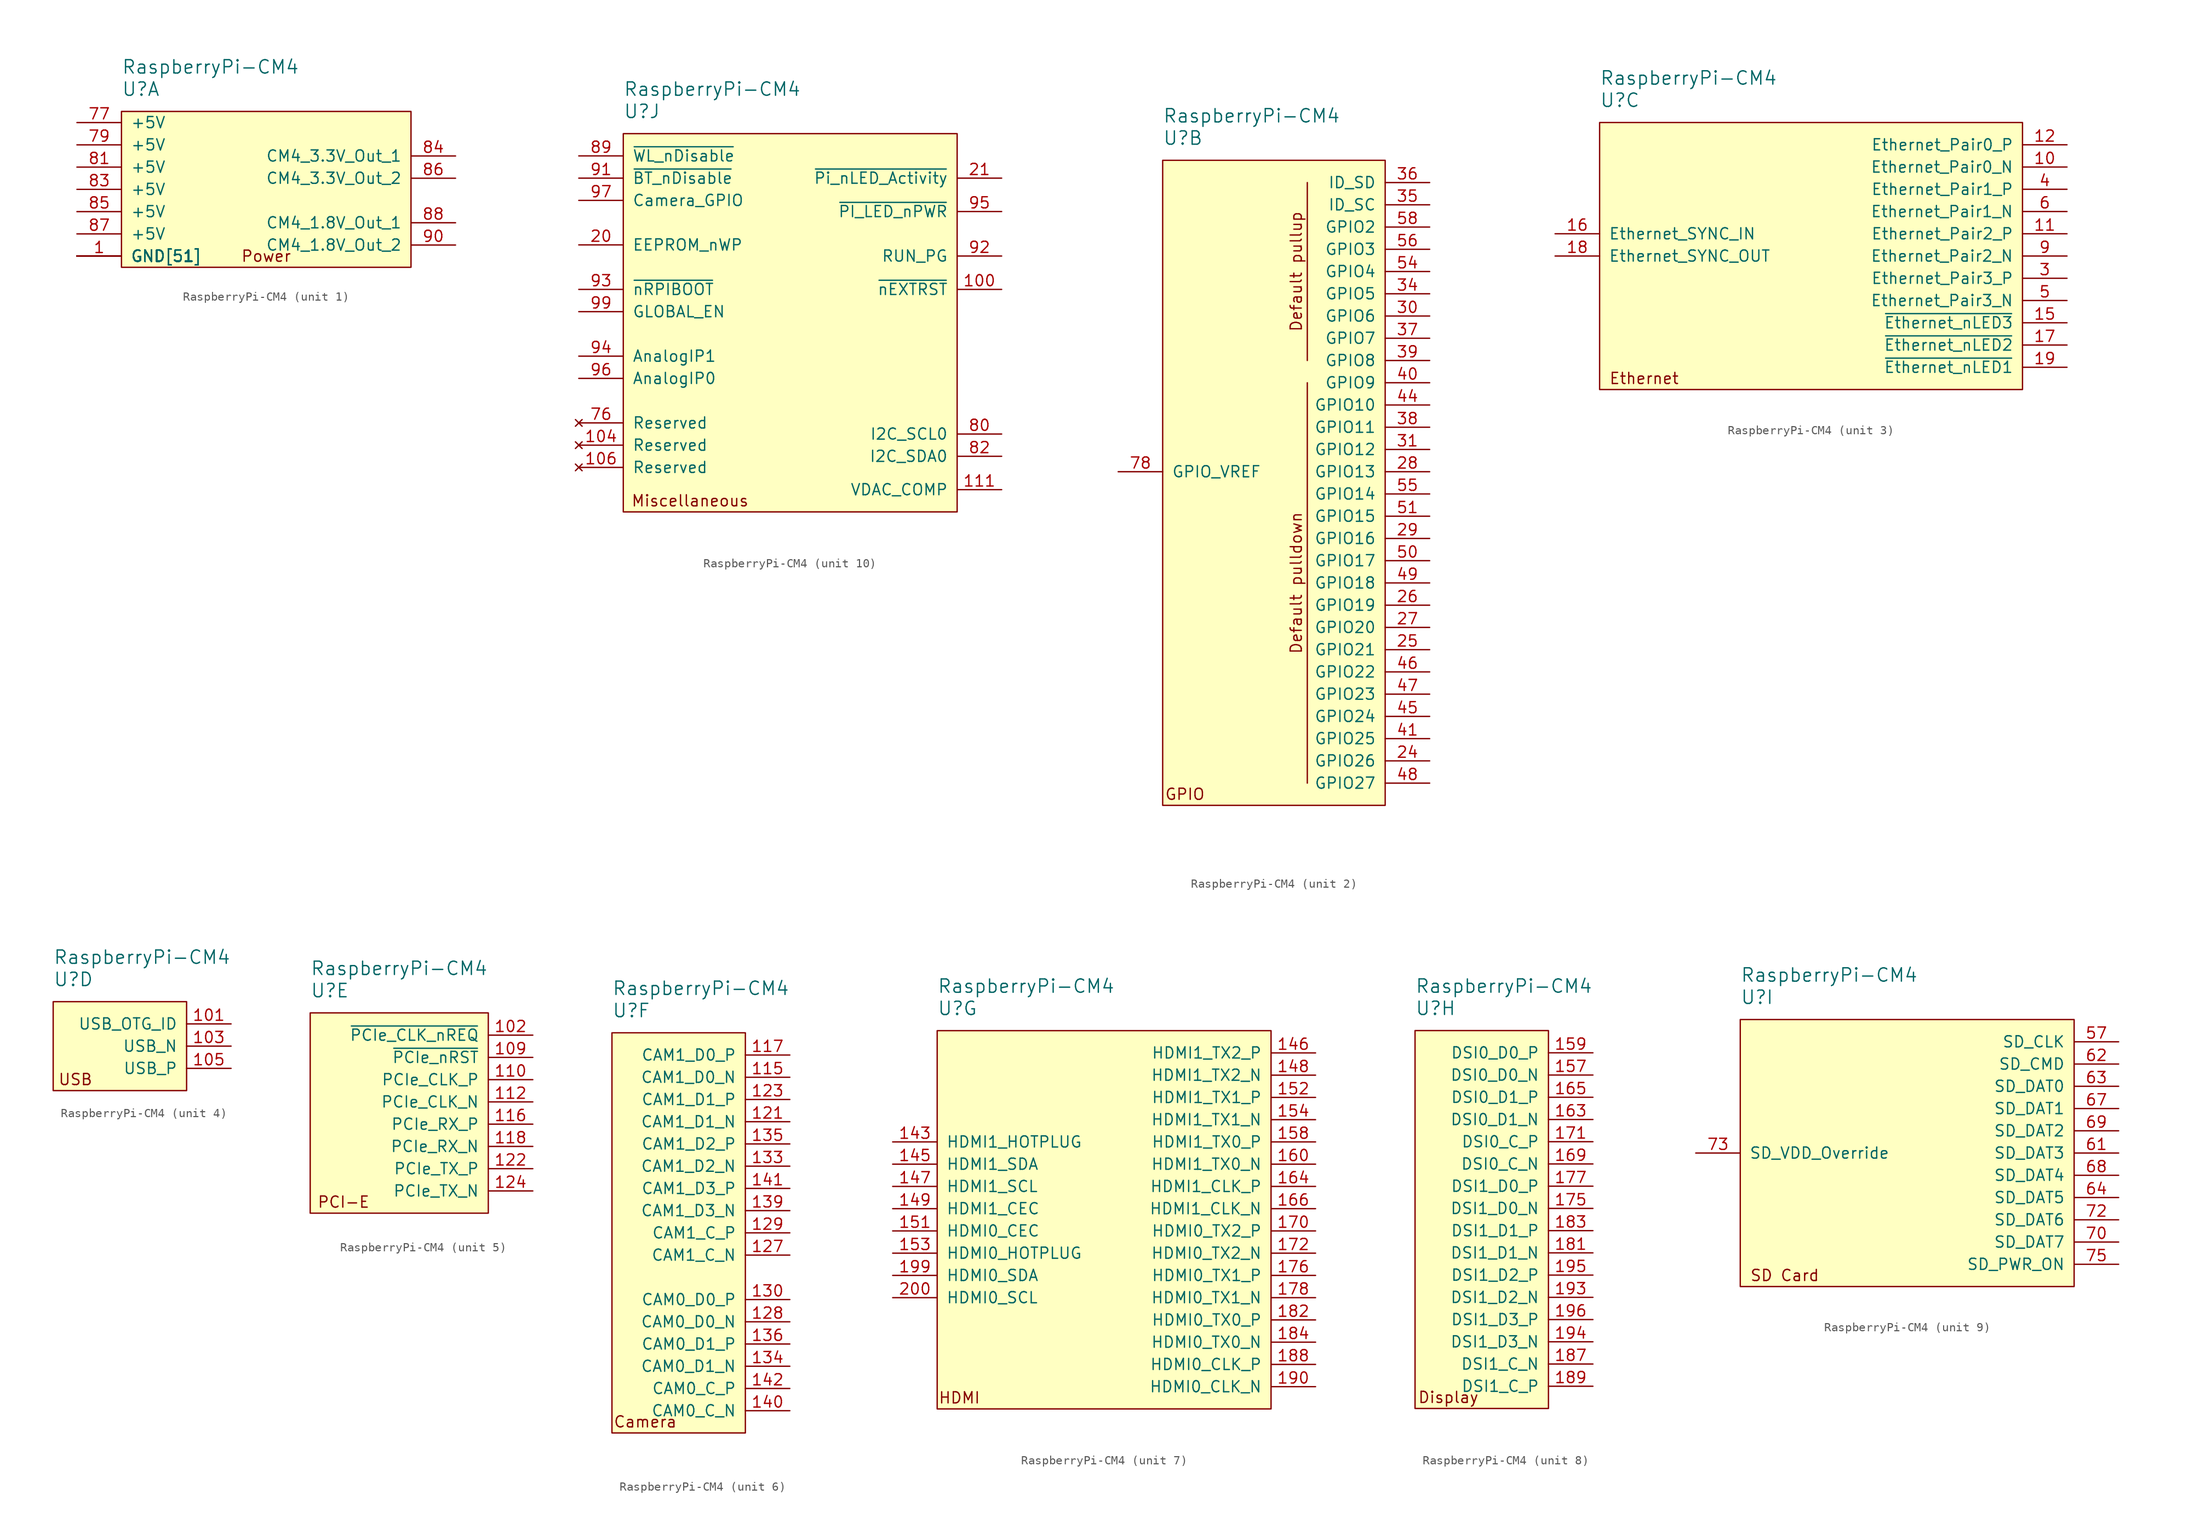
<source format=kicad_sym>
(kicad_symbol_lib
  (version 20220914)
  (generator kicad_symbol_editor)
  (symbol "RaspberryPi-CM4"
    (pin_names
      (offset 1.016))
    (property "Reference" "U"
      (at 5.08 5.08 0)
      (effects (font (size 1.524 1.524)) (justify left)))
    (property "Value" "RaspberryPi-CM4"
      (at 5.08 7.62 0)
      (effects (font (size 1.524 1.524)) (justify left)))
    (property "ki_locked" ""
      (at 0 0 0)
      (effects (font (size 1.27 1.27))))
    (symbol "RaspberryPi-CM4_1_0"
      (text "Power" (at 21.59 -13.97 0) (effects (font (size 1.27 1.27)))))
    (symbol "RaspberryPi-CM4_1_1"
      (rectangle (start 5.08 2.54) (end 38.1 -15.24) (stroke (width 0) (type default)) (fill (type background)))
      (pin power_in line (at 0 -13.97 0) (length 5.08) (name "GND[51]" (effects (font (size 1.27 1.27)))) (number "1" (effects (font (size 1.27 1.27)))))
      (pin power_in line (at 0 -13.97 0) (length 5.08) (name "GND[51]" (effects (font (size 1.27 1.27)))) (number "107" (effects (font (size 0 0)))))
      (pin power_in line (at 0 -13.97 0) (length 5.08) (name "GND[51]" (effects (font (size 1.27 1.27)))) (number "108" (effects (font (size 0 0)))))
      (pin power_in line (at 0 -13.97 0) (length 5.08) (name "GND[51]" (effects (font (size 1.27 1.27)))) (number "113" (effects (font (size 0 0)))))
      (pin power_in line (at 0 -13.97 0) (length 5.08) (name "GND[51]" (effects (font (size 1.27 1.27)))) (number "114" (effects (font (size 0 0)))))
      (pin power_in line (at 0 -13.97 0) (length 5.08) (name "GND[51]" (effects (font (size 1.27 1.27)))) (number "119" (effects (font (size 0 0)))))
      (pin power_in line (at 0 -13.97 0) (length 5.08) (name "GND[51]" (effects (font (size 1.27 1.27)))) (number "120" (effects (font (size 0 0)))))
      (pin power_in line (at 0 -13.97 0) (length 5.08) (name "GND[51]" (effects (font (size 1.27 1.27)))) (number "125" (effects (font (size 0 0)))))
      (pin power_in line (at 0 -13.97 0) (length 5.08) (name "GND[51]" (effects (font (size 1.27 1.27)))) (number "126" (effects (font (size 0 0)))))
      (pin power_in line (at 0 -13.97 0) (length 5.08) (name "GND[51]" (effects (font (size 1.27 1.27)))) (number "13" (effects (font (size 0 0)))))
      (pin power_in line (at 0 -13.97 0) (length 5.08) (name "GND[51]" (effects (font (size 1.27 1.27)))) (number "131" (effects (font (size 0 0)))))
      (pin power_in line (at 0 -13.97 0) (length 5.08) (name "GND[51]" (effects (font (size 1.27 1.27)))) (number "132" (effects (font (size 0 0)))))
      (pin power_in line (at 0 -13.97 0) (length 5.08) (name "GND[51]" (effects (font (size 1.27 1.27)))) (number "137" (effects (font (size 0 0)))))
      (pin power_in line (at 0 -13.97 0) (length 5.08) (name "GND[51]" (effects (font (size 1.27 1.27)))) (number "138" (effects (font (size 0 0)))))
      (pin power_in line (at 0 -13.97 0) (length 5.08) (name "GND[51]" (effects (font (size 1.27 1.27)))) (number "14" (effects (font (size 0 0)))))
      (pin power_in line (at 0 -13.97 0) (length 5.08) (name "GND[51]" (effects (font (size 1.27 1.27)))) (number "144" (effects (font (size 0 0)))))
      (pin power_in line (at 0 -13.97 0) (length 5.08) (name "GND[51]" (effects (font (size 1.27 1.27)))) (number "150" (effects (font (size 0 0)))))
      (pin power_in line (at 0 -13.97 0) (length 5.08) (name "GND[51]" (effects (font (size 1.27 1.27)))) (number "155" (effects (font (size 0 0)))))
      (pin power_in line (at 0 -13.97 0) (length 5.08) (name "GND[51]" (effects (font (size 1.27 1.27)))) (number "156" (effects (font (size 0 0)))))
      (pin power_in line (at 0 -13.97 0) (length 5.08) (name "GND[51]" (effects (font (size 1.27 1.27)))) (number "161" (effects (font (size 0 0)))))
      (pin power_in line (at 0 -13.97 0) (length 5.08) (name "GND[51]" (effects (font (size 1.27 1.27)))) (number "162" (effects (font (size 0 0)))))
      (pin power_in line (at 0 -13.97 0) (length 5.08) (name "GND[51]" (effects (font (size 1.27 1.27)))) (number "167" (effects (font (size 0 0)))))
      (pin power_in line (at 0 -13.97 0) (length 5.08) (name "GND[51]" (effects (font (size 1.27 1.27)))) (number "168" (effects (font (size 0 0)))))
      (pin power_in line (at 0 -13.97 0) (length 5.08) (name "GND[51]" (effects (font (size 1.27 1.27)))) (number "173" (effects (font (size 0 0)))))
      (pin power_in line (at 0 -13.97 0) (length 5.08) (name "GND[51]" (effects (font (size 1.27 1.27)))) (number "174" (effects (font (size 0 0)))))
      (pin power_in line (at 0 -13.97 0) (length 5.08) (name "GND[51]" (effects (font (size 1.27 1.27)))) (number "179" (effects (font (size 0 0)))))
      (pin power_in line (at 0 -13.97 0) (length 5.08) (name "GND[51]" (effects (font (size 1.27 1.27)))) (number "180" (effects (font (size 0 0)))))
      (pin power_in line (at 0 -13.97 0) (length 5.08) (name "GND[51]" (effects (font (size 1.27 1.27)))) (number "185" (effects (font (size 0 0)))))
      (pin power_in line (at 0 -13.97 0) (length 5.08) (name "GND[51]" (effects (font (size 1.27 1.27)))) (number "186" (effects (font (size 0 0)))))
      (pin power_in line (at 0 -13.97 0) (length 5.08) (name "GND[51]" (effects (font (size 1.27 1.27)))) (number "191" (effects (font (size 0 0)))))
      (pin power_in line (at 0 -13.97 0) (length 5.08) (name "GND[51]" (effects (font (size 1.27 1.27)))) (number "192" (effects (font (size 0 0)))))
      (pin power_in line (at 0 -13.97 0) (length 5.08) (name "GND[51]" (effects (font (size 1.27 1.27)))) (number "197" (effects (font (size 0 0)))))
      (pin power_in line (at 0 -13.97 0) (length 5.08) (name "GND[51]" (effects (font (size 1.27 1.27)))) (number "198" (effects (font (size 0 0)))))
      (pin power_in line (at 0 -13.97 0) (length 5.08) (name "GND[51]" (effects (font (size 1.27 1.27)))) (number "2" (effects (font (size 0 0)))))
      (pin power_in line (at 0 -13.97 0) (length 5.08) (name "GND[51]" (effects (font (size 1.27 1.27)))) (number "22" (effects (font (size 0 0)))))
      (pin power_in line (at 0 -13.97 0) (length 5.08) (name "GND[51]" (effects (font (size 1.27 1.27)))) (number "23" (effects (font (size 0 0)))))
      (pin power_in line (at 0 -13.97 0) (length 5.08) (name "GND[51]" (effects (font (size 1.27 1.27)))) (number "32" (effects (font (size 0 0)))))
      (pin power_in line (at 0 -13.97 0) (length 5.08) (name "GND[51]" (effects (font (size 1.27 1.27)))) (number "33" (effects (font (size 0 0)))))
      (pin power_in line (at 0 -13.97 0) (length 5.08) (name "GND[51]" (effects (font (size 1.27 1.27)))) (number "42" (effects (font (size 0 0)))))
      (pin power_in line (at 0 -13.97 0) (length 5.08) (name "GND[51]" (effects (font (size 1.27 1.27)))) (number "43" (effects (font (size 0 0)))))
      (pin power_in line (at 0 -13.97 0) (length 5.08) (name "GND[51]" (effects (font (size 1.27 1.27)))) (number "52" (effects (font (size 0 0)))))
      (pin power_in line (at 0 -13.97 0) (length 5.08) (name "GND[51]" (effects (font (size 1.27 1.27)))) (number "53" (effects (font (size 0 0)))))
      (pin power_in line (at 0 -13.97 0) (length 5.08) (name "GND[51]" (effects (font (size 1.27 1.27)))) (number "59" (effects (font (size 0 0)))))
      (pin power_in line (at 0 -13.97 0) (length 5.08) (name "GND[51]" (effects (font (size 1.27 1.27)))) (number "60" (effects (font (size 0 0)))))
      (pin power_in line (at 0 -13.97 0) (length 5.08) (name "GND[51]" (effects (font (size 1.27 1.27)))) (number "65" (effects (font (size 0 0)))))
      (pin power_in line (at 0 -13.97 0) (length 5.08) (name "GND[51]" (effects (font (size 1.27 1.27)))) (number "66" (effects (font (size 0 0)))))
      (pin power_in line (at 0 -13.97 0) (length 5.08) (name "GND[51]" (effects (font (size 1.27 1.27)))) (number "7" (effects (font (size 0 0)))))
      (pin power_in line (at 0 -13.97 0) (length 5.08) (name "GND[51]" (effects (font (size 1.27 1.27)))) (number "71" (effects (font (size 0 0)))))
      (pin power_in line (at 0 -13.97 0) (length 5.08) (name "GND[51]" (effects (font (size 1.27 1.27)))) (number "74" (effects (font (size 0 0)))))
      (pin power_in line (at 0 1.27 0) (length 5.08) (name "+5V" (effects (font (size 1.27 1.27)))) (number "77" (effects (font (size 1.27 1.27)))))
      (pin power_in line (at 0 -1.27 0) (length 5.08) (name "+5V" (effects (font (size 1.27 1.27)))) (number "79" (effects (font (size 1.27 1.27)))))
      (pin power_in line (at 0 -13.97 0) (length 5.08) (name "GND[51]" (effects (font (size 1.27 1.27)))) (number "8" (effects (font (size 0 0)))))
      (pin power_in line (at 0 -3.81 0) (length 5.08) (name "+5V" (effects (font (size 1.27 1.27)))) (number "81" (effects (font (size 1.27 1.27)))))
      (pin power_in line (at 0 -6.35 0) (length 5.08) (name "+5V" (effects (font (size 1.27 1.27)))) (number "83" (effects (font (size 1.27 1.27)))))
      (pin power_out line (at 43.18 -2.54 180) (length 5.08) (name "CM4_3.3V_Out_1" (effects (font (size 1.27 1.27)))) (number "84" (effects (font (size 1.27 1.27)))))
      (pin power_in line (at 0 -8.89 0) (length 5.08) (name "+5V" (effects (font (size 1.27 1.27)))) (number "85" (effects (font (size 1.27 1.27)))))
      (pin passive line (at 43.18 -5.08 180) (length 5.08) (name "CM4_3.3V_Out_2" (effects (font (size 1.27 1.27)))) (number "86" (effects (font (size 1.27 1.27)))))
      (pin power_in line (at 0 -11.43 0) (length 5.08) (name "+5V" (effects (font (size 1.27 1.27)))) (number "87" (effects (font (size 1.27 1.27)))))
      (pin power_out line (at 43.18 -10.16 180) (length 5.08) (name "CM4_1.8V_Out_1" (effects (font (size 1.27 1.27)))) (number "88" (effects (font (size 1.27 1.27)))))
      (pin passive line (at 43.18 -12.7 180) (length 5.08) (name "CM4_1.8V_Out_2" (effects (font (size 1.27 1.27)))) (number "90" (effects (font (size 1.27 1.27)))))
      (pin power_in line (at 0 -13.97 0) (length 5.08) (name "GND[51]" (effects (font (size 1.27 1.27)))) (number "98" (effects (font (size 0 0))))))
    (symbol "RaspberryPi-CM4_2_0"
      (polyline (pts (xy 21.59 -22.86) (xy 21.59 -68.58)) (stroke (width 0) (type default)) (fill (type none)))
      (polyline (pts (xy 21.59 -20.32) (xy 21.59 0)) (stroke (width 0) (type default)) (fill (type none)))
      (text "Default pulldown" (at 20.32 -45.72 900) (effects (font (size 1.27 1.27))))
      (text "Default pullup" (at 20.32 -10.16 900) (effects (font (size 1.27 1.27))))
      (text "GPIO" (at 7.62 -69.85 0) (effects (font (size 1.27 1.27)))))
    (symbol "RaspberryPi-CM4_2_1"
      (rectangle (start 5.08 2.54) (end 30.48 -71.12) (stroke (width 0) (type default)) (fill (type background)))
      (pin passive line (at 35.56 -66.04 180) (length 5.08) (name "GPIO26" (effects (font (size 1.27 1.27)))) (number "24" (effects (font (size 1.27 1.27)))))
      (pin passive line (at 35.56 -53.34 180) (length 5.08) (name "GPIO21" (effects (font (size 1.27 1.27)))) (number "25" (effects (font (size 1.27 1.27)))))
      (pin passive line (at 35.56 -48.26 180) (length 5.08) (name "GPIO19" (effects (font (size 1.27 1.27)))) (number "26" (effects (font (size 1.27 1.27)))))
      (pin passive line (at 35.56 -50.8 180) (length 5.08) (name "GPIO20" (effects (font (size 1.27 1.27)))) (number "27" (effects (font (size 1.27 1.27)))))
      (pin passive line (at 35.56 -33.02 180) (length 5.08) (name "GPIO13" (effects (font (size 1.27 1.27)))) (number "28" (effects (font (size 1.27 1.27)))))
      (pin passive line (at 35.56 -40.64 180) (length 5.08) (name "GPIO16" (effects (font (size 1.27 1.27)))) (number "29" (effects (font (size 1.27 1.27)))))
      (pin passive line (at 35.56 -15.24 180) (length 5.08) (name "GPIO6" (effects (font (size 1.27 1.27)))) (number "30" (effects (font (size 1.27 1.27)))))
      (pin passive line (at 35.56 -30.48 180) (length 5.08) (name "GPIO12" (effects (font (size 1.27 1.27)))) (number "31" (effects (font (size 1.27 1.27)))))
      (pin passive line (at 35.56 -12.7 180) (length 5.08) (name "GPIO5" (effects (font (size 1.27 1.27)))) (number "34" (effects (font (size 1.27 1.27)))))
      (pin passive line (at 35.56 -2.54 180) (length 5.08) (name "ID_SC" (effects (font (size 1.27 1.27)))) (number "35" (effects (font (size 1.27 1.27)))))
      (pin passive line (at 35.56 0 180) (length 5.08) (name "ID_SD" (effects (font (size 1.27 1.27)))) (number "36" (effects (font (size 1.27 1.27)))))
      (pin passive line (at 35.56 -17.78 180) (length 5.08) (name "GPIO7" (effects (font (size 1.27 1.27)))) (number "37" (effects (font (size 1.27 1.27)))))
      (pin passive line (at 35.56 -27.94 180) (length 5.08) (name "GPIO11" (effects (font (size 1.27 1.27)))) (number "38" (effects (font (size 1.27 1.27)))))
      (pin passive line (at 35.56 -20.32 180) (length 5.08) (name "GPIO8" (effects (font (size 1.27 1.27)))) (number "39" (effects (font (size 1.27 1.27)))))
      (pin passive line (at 35.56 -22.86 180) (length 5.08) (name "GPIO9" (effects (font (size 1.27 1.27)))) (number "40" (effects (font (size 1.27 1.27)))))
      (pin passive line (at 35.56 -63.5 180) (length 5.08) (name "GPIO25" (effects (font (size 1.27 1.27)))) (number "41" (effects (font (size 1.27 1.27)))))
      (pin passive line (at 35.56 -25.4 180) (length 5.08) (name "GPIO10" (effects (font (size 1.27 1.27)))) (number "44" (effects (font (size 1.27 1.27)))))
      (pin passive line (at 35.56 -60.96 180) (length 5.08) (name "GPIO24" (effects (font (size 1.27 1.27)))) (number "45" (effects (font (size 1.27 1.27)))))
      (pin passive line (at 35.56 -55.88 180) (length 5.08) (name "GPIO22" (effects (font (size 1.27 1.27)))) (number "46" (effects (font (size 1.27 1.27)))))
      (pin passive line (at 35.56 -58.42 180) (length 5.08) (name "GPIO23" (effects (font (size 1.27 1.27)))) (number "47" (effects (font (size 1.27 1.27)))))
      (pin passive line (at 35.56 -68.58 180) (length 5.08) (name "GPIO27" (effects (font (size 1.27 1.27)))) (number "48" (effects (font (size 1.27 1.27)))))
      (pin passive line (at 35.56 -45.72 180) (length 5.08) (name "GPIO18" (effects (font (size 1.27 1.27)))) (number "49" (effects (font (size 1.27 1.27)))))
      (pin passive line (at 35.56 -43.18 180) (length 5.08) (name "GPIO17" (effects (font (size 1.27 1.27)))) (number "50" (effects (font (size 1.27 1.27)))))
      (pin passive line (at 35.56 -38.1 180) (length 5.08) (name "GPIO15" (effects (font (size 1.27 1.27)))) (number "51" (effects (font (size 1.27 1.27)))))
      (pin passive line (at 35.56 -10.16 180) (length 5.08) (name "GPIO4" (effects (font (size 1.27 1.27)))) (number "54" (effects (font (size 1.27 1.27)))))
      (pin passive line (at 35.56 -35.56 180) (length 5.08) (name "GPIO14" (effects (font (size 1.27 1.27)))) (number "55" (effects (font (size 1.27 1.27)))))
      (pin passive line (at 35.56 -7.62 180) (length 5.08) (name "GPIO3" (effects (font (size 1.27 1.27)))) (number "56" (effects (font (size 1.27 1.27)))))
      (pin passive line (at 35.56 -5.08 180) (length 5.08) (name "GPIO2" (effects (font (size 1.27 1.27)))) (number "58" (effects (font (size 1.27 1.27)))))
      (pin power_in line (at 0 -33.02 0) (length 5.08) (name "GPIO_VREF" (effects (font (size 1.27 1.27)))) (number "78" (effects (font (size 1.27 1.27))))))
    (symbol "RaspberryPi-CM4_3_0"
      (text "Ethernet" (at 10.16 -26.67 0) (effects (font (size 1.27 1.27)))))
    (symbol "RaspberryPi-CM4_3_1"
      (rectangle (start 5.08 2.54) (end 53.34 -27.94) (stroke (width 0) (type default)) (fill (type background)))
      (pin passive line (at 58.42 -2.54 180) (length 5.08) (name "Ethernet_Pair0_N" (effects (font (size 1.27 1.27)))) (number "10" (effects (font (size 1.27 1.27)))))
      (pin passive line (at 58.42 -10.16 180) (length 5.08) (name "Ethernet_Pair2_P" (effects (font (size 1.27 1.27)))) (number "11" (effects (font (size 1.27 1.27)))))
      (pin passive line (at 58.42 0 180) (length 5.08) (name "Ethernet_Pair0_P" (effects (font (size 1.27 1.27)))) (number "12" (effects (font (size 1.27 1.27)))))
      (pin output line (at 58.42 -20.32 180) (length 5.08) (name "~{Ethernet_nLED3}" (effects (font (size 1.27 1.27)))) (number "15" (effects (font (size 1.27 1.27)))))
      (pin input line (at 0 -10.16 0) (length 5.08) (name "Ethernet_SYNC_IN" (effects (font (size 1.27 1.27)))) (number "16" (effects (font (size 1.27 1.27)))))
      (pin output line (at 58.42 -22.86 180) (length 5.08) (name "~{Ethernet_nLED2}" (effects (font (size 1.27 1.27)))) (number "17" (effects (font (size 1.27 1.27)))))
      (pin input line (at 0 -12.7 0) (length 5.08) (name "Ethernet_SYNC_OUT" (effects (font (size 1.27 1.27)))) (number "18" (effects (font (size 1.27 1.27)))))
      (pin output line (at 58.42 -25.4 180) (length 5.08) (name "~{Ethernet_nLED1}" (effects (font (size 1.27 1.27)))) (number "19" (effects (font (size 1.27 1.27)))))
      (pin passive line (at 58.42 -15.24 180) (length 5.08) (name "Ethernet_Pair3_P" (effects (font (size 1.27 1.27)))) (number "3" (effects (font (size 1.27 1.27)))))
      (pin passive line (at 58.42 -5.08 180) (length 5.08) (name "Ethernet_Pair1_P" (effects (font (size 1.27 1.27)))) (number "4" (effects (font (size 1.27 1.27)))))
      (pin passive line (at 58.42 -17.78 180) (length 5.08) (name "Ethernet_Pair3_N" (effects (font (size 1.27 1.27)))) (number "5" (effects (font (size 1.27 1.27)))))
      (pin passive line (at 58.42 -7.62 180) (length 5.08) (name "Ethernet_Pair1_N" (effects (font (size 1.27 1.27)))) (number "6" (effects (font (size 1.27 1.27)))))
      (pin passive line (at 58.42 -12.7 180) (length 5.08) (name "Ethernet_Pair2_N" (effects (font (size 1.27 1.27)))) (number "9" (effects (font (size 1.27 1.27))))))
    (symbol "RaspberryPi-CM4_4_0"
      (text "USB" (at 7.62 -6.35 0) (effects (font (size 1.27 1.27)))))
    (symbol "RaspberryPi-CM4_4_1"
      (rectangle (start 5.08 2.54) (end 20.32 -7.62) (stroke (width 0) (type default)) (fill (type background)))
      (pin input line (at 25.4 0 180) (length 5.08) (name "USB_OTG_ID" (effects (font (size 1.27 1.27)))) (number "101" (effects (font (size 1.27 1.27)))))
      (pin passive line (at 25.4 -2.54 180) (length 5.08) (name "USB_N" (effects (font (size 1.27 1.27)))) (number "103" (effects (font (size 1.27 1.27)))))
      (pin passive line (at 25.4 -5.08 180) (length 5.08) (name "USB_P" (effects (font (size 1.27 1.27)))) (number "105" (effects (font (size 1.27 1.27))))))
    (symbol "RaspberryPi-CM4_5_0"
      (text "PCI-E" (at 8.89 -19.05 0) (effects (font (size 1.27 1.27)))))
    (symbol "RaspberryPi-CM4_5_1"
      (rectangle (start 5.08 2.54) (end 25.4 -20.32) (stroke (width 0) (type default)) (fill (type background)))
      (pin input line (at 30.48 0 180) (length 5.08) (name "~{PCIe_CLK_nREQ}" (effects (font (size 1.27 1.27)))) (number "102" (effects (font (size 1.27 1.27)))))
      (pin output line (at 30.48 -2.54 180) (length 5.08) (name "~{PCIe_nRST}" (effects (font (size 1.27 1.27)))) (number "109" (effects (font (size 1.27 1.27)))))
      (pin output line (at 30.48 -5.08 180) (length 5.08) (name "PCIe_CLK_P" (effects (font (size 1.27 1.27)))) (number "110" (effects (font (size 1.27 1.27)))))
      (pin output line (at 30.48 -7.62 180) (length 5.08) (name "PCIe_CLK_N" (effects (font (size 1.27 1.27)))) (number "112" (effects (font (size 1.27 1.27)))))
      (pin input line (at 30.48 -10.16 180) (length 5.08) (name "PCIe_RX_P" (effects (font (size 1.27 1.27)))) (number "116" (effects (font (size 1.27 1.27)))))
      (pin input line (at 30.48 -12.7 180) (length 5.08) (name "PCIe_RX_N" (effects (font (size 1.27 1.27)))) (number "118" (effects (font (size 1.27 1.27)))))
      (pin output line (at 30.48 -15.24 180) (length 5.08) (name "PCIe_TX_P" (effects (font (size 1.27 1.27)))) (number "122" (effects (font (size 1.27 1.27)))))
      (pin output line (at 30.48 -17.78 180) (length 5.08) (name "PCIe_TX_N" (effects (font (size 1.27 1.27)))) (number "124" (effects (font (size 1.27 1.27))))))
    (symbol "RaspberryPi-CM4_6_0"
      (text "Camera" (at 8.89 -41.91 0) (effects (font (size 1.27 1.27)))))
    (symbol "RaspberryPi-CM4_6_1"
      (rectangle (start 5.08 2.54) (end 20.32 -43.18) (stroke (width 0) (type default)) (fill (type background)))
      (pin input line (at 25.4 -2.54 180) (length 5.08) (name "CAM1_D0_N" (effects (font (size 1.27 1.27)))) (number "115" (effects (font (size 1.27 1.27)))))
      (pin input line (at 25.4 0 180) (length 5.08) (name "CAM1_D0_P" (effects (font (size 1.27 1.27)))) (number "117" (effects (font (size 1.27 1.27)))))
      (pin input line (at 25.4 -7.62 180) (length 5.08) (name "CAM1_D1_N" (effects (font (size 1.27 1.27)))) (number "121" (effects (font (size 1.27 1.27)))))
      (pin input line (at 25.4 -5.08 180) (length 5.08) (name "CAM1_D1_P" (effects (font (size 1.27 1.27)))) (number "123" (effects (font (size 1.27 1.27)))))
      (pin input line (at 25.4 -22.86 180) (length 5.08) (name "CAM1_C_N" (effects (font (size 1.27 1.27)))) (number "127" (effects (font (size 1.27 1.27)))))
      (pin input line (at 25.4 -30.48 180) (length 5.08) (name "CAM0_D0_N" (effects (font (size 1.27 1.27)))) (number "128" (effects (font (size 1.27 1.27)))))
      (pin input line (at 25.4 -20.32 180) (length 5.08) (name "CAM1_C_P" (effects (font (size 1.27 1.27)))) (number "129" (effects (font (size 1.27 1.27)))))
      (pin input line (at 25.4 -27.94 180) (length 5.08) (name "CAM0_D0_P" (effects (font (size 1.27 1.27)))) (number "130" (effects (font (size 1.27 1.27)))))
      (pin input line (at 25.4 -12.7 180) (length 5.08) (name "CAM1_D2_N" (effects (font (size 1.27 1.27)))) (number "133" (effects (font (size 1.27 1.27)))))
      (pin input line (at 25.4 -35.56 180) (length 5.08) (name "CAM0_D1_N" (effects (font (size 1.27 1.27)))) (number "134" (effects (font (size 1.27 1.27)))))
      (pin input line (at 25.4 -10.16 180) (length 5.08) (name "CAM1_D2_P" (effects (font (size 1.27 1.27)))) (number "135" (effects (font (size 1.27 1.27)))))
      (pin input line (at 25.4 -33.02 180) (length 5.08) (name "CAM0_D1_P" (effects (font (size 1.27 1.27)))) (number "136" (effects (font (size 1.27 1.27)))))
      (pin input line (at 25.4 -17.78 180) (length 5.08) (name "CAM1_D3_N" (effects (font (size 1.27 1.27)))) (number "139" (effects (font (size 1.27 1.27)))))
      (pin input line (at 25.4 -40.64 180) (length 5.08) (name "CAM0_C_N" (effects (font (size 1.27 1.27)))) (number "140" (effects (font (size 1.27 1.27)))))
      (pin input line (at 25.4 -15.24 180) (length 5.08) (name "CAM1_D3_P" (effects (font (size 1.27 1.27)))) (number "141" (effects (font (size 1.27 1.27)))))
      (pin input line (at 25.4 -38.1 180) (length 5.08) (name "CAM0_C_P" (effects (font (size 1.27 1.27)))) (number "142" (effects (font (size 1.27 1.27))))))
    (symbol "RaspberryPi-CM4_7_0"
      (text "HDMI" (at 7.62 -39.37 0) (effects (font (size 1.27 1.27)))))
    (symbol "RaspberryPi-CM4_7_1"
      (rectangle (start 5.08 2.54) (end 43.18 -40.64) (stroke (width 0) (type default)) (fill (type background)))
      (pin input line (at 0 -10.16 0) (length 5.08) (name "HDMI1_HOTPLUG" (effects (font (size 1.27 1.27)))) (number "143" (effects (font (size 1.27 1.27)))))
      (pin bidirectional line (at 0 -12.7 0) (length 5.08) (name "HDMI1_SDA" (effects (font (size 1.27 1.27)))) (number "145" (effects (font (size 1.27 1.27)))))
      (pin output line (at 48.26 0 180) (length 5.08) (name "HDMI1_TX2_P" (effects (font (size 1.27 1.27)))) (number "146" (effects (font (size 1.27 1.27)))))
      (pin open_collector line (at 0 -15.24 0) (length 5.08) (name "HDMI1_SCL" (effects (font (size 1.27 1.27)))) (number "147" (effects (font (size 1.27 1.27)))))
      (pin output line (at 48.26 -2.54 180) (length 5.08) (name "HDMI1_TX2_N" (effects (font (size 1.27 1.27)))) (number "148" (effects (font (size 1.27 1.27)))))
      (pin open_collector line (at 0 -17.78 0) (length 5.08) (name "HDMI1_CEC" (effects (font (size 1.27 1.27)))) (number "149" (effects (font (size 1.27 1.27)))))
      (pin open_collector line (at 0 -20.32 0) (length 5.08) (name "HDMI0_CEC" (effects (font (size 1.27 1.27)))) (number "151" (effects (font (size 1.27 1.27)))))
      (pin output line (at 48.26 -5.08 180) (length 5.08) (name "HDMI1_TX1_P" (effects (font (size 1.27 1.27)))) (number "152" (effects (font (size 1.27 1.27)))))
      (pin input line (at 0 -22.86 0) (length 5.08) (name "HDMI0_HOTPLUG" (effects (font (size 1.27 1.27)))) (number "153" (effects (font (size 1.27 1.27)))))
      (pin output line (at 48.26 -7.62 180) (length 5.08) (name "HDMI1_TX1_N" (effects (font (size 1.27 1.27)))) (number "154" (effects (font (size 1.27 1.27)))))
      (pin output line (at 48.26 -10.16 180) (length 5.08) (name "HDMI1_TX0_P" (effects (font (size 1.27 1.27)))) (number "158" (effects (font (size 1.27 1.27)))))
      (pin output line (at 48.26 -12.7 180) (length 5.08) (name "HDMI1_TX0_N" (effects (font (size 1.27 1.27)))) (number "160" (effects (font (size 1.27 1.27)))))
      (pin output line (at 48.26 -15.24 180) (length 5.08) (name "HDMI1_CLK_P" (effects (font (size 1.27 1.27)))) (number "164" (effects (font (size 1.27 1.27)))))
      (pin output line (at 48.26 -17.78 180) (length 5.08) (name "HDMI1_CLK_N" (effects (font (size 1.27 1.27)))) (number "166" (effects (font (size 1.27 1.27)))))
      (pin output line (at 48.26 -20.32 180) (length 5.08) (name "HDMI0_TX2_P" (effects (font (size 1.27 1.27)))) (number "170" (effects (font (size 1.27 1.27)))))
      (pin output line (at 48.26 -22.86 180) (length 5.08) (name "HDMI0_TX2_N" (effects (font (size 1.27 1.27)))) (number "172" (effects (font (size 1.27 1.27)))))
      (pin output line (at 48.26 -25.4 180) (length 5.08) (name "HDMI0_TX1_P" (effects (font (size 1.27 1.27)))) (number "176" (effects (font (size 1.27 1.27)))))
      (pin output line (at 48.26 -27.94 180) (length 5.08) (name "HDMI0_TX1_N" (effects (font (size 1.27 1.27)))) (number "178" (effects (font (size 1.27 1.27)))))
      (pin output line (at 48.26 -30.48 180) (length 5.08) (name "HDMI0_TX0_P" (effects (font (size 1.27 1.27)))) (number "182" (effects (font (size 1.27 1.27)))))
      (pin output line (at 48.26 -33.02 180) (length 5.08) (name "HDMI0_TX0_N" (effects (font (size 1.27 1.27)))) (number "184" (effects (font (size 1.27 1.27)))))
      (pin output line (at 48.26 -35.56 180) (length 5.08) (name "HDMI0_CLK_P" (effects (font (size 1.27 1.27)))) (number "188" (effects (font (size 1.27 1.27)))))
      (pin output line (at 48.26 -38.1 180) (length 5.08) (name "HDMI0_CLK_N" (effects (font (size 1.27 1.27)))) (number "190" (effects (font (size 1.27 1.27)))))
      (pin bidirectional line (at 0 -25.4 0) (length 5.08) (name "HDMI0_SDA" (effects (font (size 1.27 1.27)))) (number "199" (effects (font (size 1.27 1.27)))))
      (pin open_collector line (at 0 -27.94 0) (length 5.08) (name "HDMI0_SCL" (effects (font (size 1.27 1.27)))) (number "200" (effects (font (size 1.27 1.27))))))
    (symbol "RaspberryPi-CM4_8_0"
      (text "Display" (at 8.89 -39.37 0) (effects (font (size 1.27 1.27)))))
    (symbol "RaspberryPi-CM4_8_1"
      (rectangle (start 5.08 2.54) (end 20.32 -40.64) (stroke (width 0) (type default)) (fill (type background)))
      (pin output line (at 25.4 -2.54 180) (length 5.08) (name "DSI0_D0_N" (effects (font (size 1.27 1.27)))) (number "157" (effects (font (size 1.27 1.27)))))
      (pin output line (at 25.4 0 180) (length 5.08) (name "DSI0_D0_P" (effects (font (size 1.27 1.27)))) (number "159" (effects (font (size 1.27 1.27)))))
      (pin output line (at 25.4 -7.62 180) (length 5.08) (name "DSI0_D1_N" (effects (font (size 1.27 1.27)))) (number "163" (effects (font (size 1.27 1.27)))))
      (pin output line (at 25.4 -5.08 180) (length 5.08) (name "DSI0_D1_P" (effects (font (size 1.27 1.27)))) (number "165" (effects (font (size 1.27 1.27)))))
      (pin output line (at 25.4 -12.7 180) (length 5.08) (name "DSI0_C_N" (effects (font (size 1.27 1.27)))) (number "169" (effects (font (size 1.27 1.27)))))
      (pin output line (at 25.4 -10.16 180) (length 5.08) (name "DSI0_C_P" (effects (font (size 1.27 1.27)))) (number "171" (effects (font (size 1.27 1.27)))))
      (pin output line (at 25.4 -17.78 180) (length 5.08) (name "DSI1_D0_N" (effects (font (size 1.27 1.27)))) (number "175" (effects (font (size 1.27 1.27)))))
      (pin output line (at 25.4 -15.24 180) (length 5.08) (name "DSI1_D0_P" (effects (font (size 1.27 1.27)))) (number "177" (effects (font (size 1.27 1.27)))))
      (pin output line (at 25.4 -22.86 180) (length 5.08) (name "DSI1_D1_N" (effects (font (size 1.27 1.27)))) (number "181" (effects (font (size 1.27 1.27)))))
      (pin output line (at 25.4 -20.32 180) (length 5.08) (name "DSI1_D1_P" (effects (font (size 1.27 1.27)))) (number "183" (effects (font (size 1.27 1.27)))))
      (pin output line (at 25.4 -35.56 180) (length 5.08) (name "DSI1_C_N" (effects (font (size 1.27 1.27)))) (number "187" (effects (font (size 1.27 1.27)))))
      (pin output line (at 25.4 -38.1 180) (length 5.08) (name "DSI1_C_P" (effects (font (size 1.27 1.27)))) (number "189" (effects (font (size 1.27 1.27)))))
      (pin output line (at 25.4 -27.94 180) (length 5.08) (name "DSI1_D2_N" (effects (font (size 1.27 1.27)))) (number "193" (effects (font (size 1.27 1.27)))))
      (pin output line (at 25.4 -33.02 180) (length 5.08) (name "DSI1_D3_N" (effects (font (size 1.27 1.27)))) (number "194" (effects (font (size 1.27 1.27)))))
      (pin output line (at 25.4 -25.4 180) (length 5.08) (name "DSI1_D2_P" (effects (font (size 1.27 1.27)))) (number "195" (effects (font (size 1.27 1.27)))))
      (pin output line (at 25.4 -30.48 180) (length 5.08) (name "DSI1_D3_P" (effects (font (size 1.27 1.27)))) (number "196" (effects (font (size 1.27 1.27))))))
    (symbol "RaspberryPi-CM4_9_0"
      (text "SD Card" (at 10.16 -26.67 0) (effects (font (size 1.27 1.27)))))
    (symbol "RaspberryPi-CM4_9_1"
      (rectangle (start 5.08 2.54) (end 43.18 -27.94) (stroke (width 0) (type default)) (fill (type background)))
      (pin passive line (at 48.26 0 180) (length 5.08) (name "SD_CLK" (effects (font (size 1.27 1.27)))) (number "57" (effects (font (size 1.27 1.27)))))
      (pin passive line (at 48.26 -12.7 180) (length 5.08) (name "SD_DAT3" (effects (font (size 1.27 1.27)))) (number "61" (effects (font (size 1.27 1.27)))))
      (pin passive line (at 48.26 -2.54 180) (length 5.08) (name "SD_CMD" (effects (font (size 1.27 1.27)))) (number "62" (effects (font (size 1.27 1.27)))))
      (pin passive line (at 48.26 -5.08 180) (length 5.08) (name "SD_DAT0" (effects (font (size 1.27 1.27)))) (number "63" (effects (font (size 1.27 1.27)))))
      (pin passive line (at 48.26 -17.78 180) (length 5.08) (name "SD_DAT5" (effects (font (size 1.27 1.27)))) (number "64" (effects (font (size 1.27 1.27)))))
      (pin passive line (at 48.26 -7.62 180) (length 5.08) (name "SD_DAT1" (effects (font (size 1.27 1.27)))) (number "67" (effects (font (size 1.27 1.27)))))
      (pin passive line (at 48.26 -15.24 180) (length 5.08) (name "SD_DAT4" (effects (font (size 1.27 1.27)))) (number "68" (effects (font (size 1.27 1.27)))))
      (pin passive line (at 48.26 -10.16 180) (length 5.08) (name "SD_DAT2" (effects (font (size 1.27 1.27)))) (number "69" (effects (font (size 1.27 1.27)))))
      (pin passive line (at 48.26 -22.86 180) (length 5.08) (name "SD_DAT7" (effects (font (size 1.27 1.27)))) (number "70" (effects (font (size 1.27 1.27)))))
      (pin passive line (at 48.26 -20.32 180) (length 5.08) (name "SD_DAT6" (effects (font (size 1.27 1.27)))) (number "72" (effects (font (size 1.27 1.27)))))
      (pin input line (at 0 -12.7 0) (length 5.08) (name "SD_VDD_Override" (effects (font (size 1.27 1.27)))) (number "73" (effects (font (size 1.27 1.27)))))
      (pin output line (at 48.26 -25.4 180) (length 5.08) (name "SD_PWR_ON" (effects (font (size 1.27 1.27)))) (number "75" (effects (font (size 1.27 1.27))))))
    (symbol "RaspberryPi-CM4_10_0"
      (text "Miscellaneous" (at 12.7 -39.37 0) (effects (font (size 1.27 1.27)))))
    (symbol "RaspberryPi-CM4_10_1"
      (rectangle (start 5.08 2.54) (end 43.18 -40.64) (stroke (width 0) (type default)) (fill (type background)))
      (pin output line (at 48.26 -15.24 180) (length 5.08) (name "~{nEXTRST}" (effects (font (size 1.27 1.27)))) (number "100" (effects (font (size 1.27 1.27)))))
      (pin no_connect line (at 0 -33.02 0) (length 5.08) (name "Reserved" (effects (font (size 1.27 1.27)))) (number "104" (effects (font (size 1.27 1.27)))))
      (pin no_connect line (at 0 -35.56 0) (length 5.08) (name "Reserved" (effects (font (size 1.27 1.27)))) (number "106" (effects (font (size 1.27 1.27)))))
      (pin output line (at 48.26 -38.1 180) (length 5.08) (name "VDAC_COMP" (effects (font (size 1.27 1.27)))) (number "111" (effects (font (size 1.27 1.27)))))
      (pin input line (at 0 -10.16 0) (length 5.08) (name "EEPROM_nWP" (effects (font (size 1.27 1.27)))) (number "20" (effects (font (size 1.27 1.27)))))
      (pin open_collector line (at 48.26 -2.54 180) (length 5.08) (name "~{Pi_nLED_Activity}" (effects (font (size 1.27 1.27)))) (number "21" (effects (font (size 1.27 1.27)))))
      (pin no_connect line (at 0 -30.48 0) (length 5.08) (name "Reserved" (effects (font (size 1.27 1.27)))) (number "76" (effects (font (size 1.27 1.27)))))
      (pin bidirectional line (at 48.26 -31.75 180) (length 5.08) (name "I2C_SCL0" (effects (font (size 1.27 1.27)))) (number "80" (effects (font (size 1.27 1.27)))))
      (pin bidirectional line (at 48.26 -34.29 180) (length 5.08) (name "I2C_SDA0" (effects (font (size 1.27 1.27)))) (number "82" (effects (font (size 1.27 1.27)))))
      (pin input line (at 0 0 0) (length 5.08) (name "~{WL_nDisable}" (effects (font (size 1.27 1.27)))) (number "89" (effects (font (size 1.27 1.27)))))
      (pin input line (at 0 -2.54 0) (length 5.08) (name "~{BT_nDisable}" (effects (font (size 1.27 1.27)))) (number "91" (effects (font (size 1.27 1.27)))))
      (pin passive line (at 48.26 -11.43 180) (length 5.08) (name "RUN_PG" (effects (font (size 1.27 1.27)))) (number "92" (effects (font (size 1.27 1.27)))))
      (pin input line (at 0 -15.24 0) (length 5.08) (name "~{nRPIBOOT}" (effects (font (size 1.27 1.27)))) (number "93" (effects (font (size 1.27 1.27)))))
      (pin passive line (at 0 -22.86 0) (length 5.08) (name "AnalogIP1" (effects (font (size 1.27 1.27)))) (number "94" (effects (font (size 1.27 1.27)))))
      (pin output line (at 48.26 -6.35 180) (length 5.08) (name "~{PI_LED_nPWR}" (effects (font (size 1.27 1.27)))) (number "95" (effects (font (size 1.27 1.27)))))
      (pin passive line (at 0 -25.4 0) (length 5.08) (name "AnalogIP0" (effects (font (size 1.27 1.27)))) (number "96" (effects (font (size 1.27 1.27)))))
      (pin input line (at 0 -5.08 0) (length 5.08) (name "Camera_GPIO" (effects (font (size 1.27 1.27)))) (number "97" (effects (font (size 1.27 1.27)))))
      (pin input line (at 0 -17.78 0) (length 5.08) (name "GLOBAL_EN" (effects (font (size 1.27 1.27)))) (number "99" (effects (font (size 1.27 1.27))))))))
</source>
